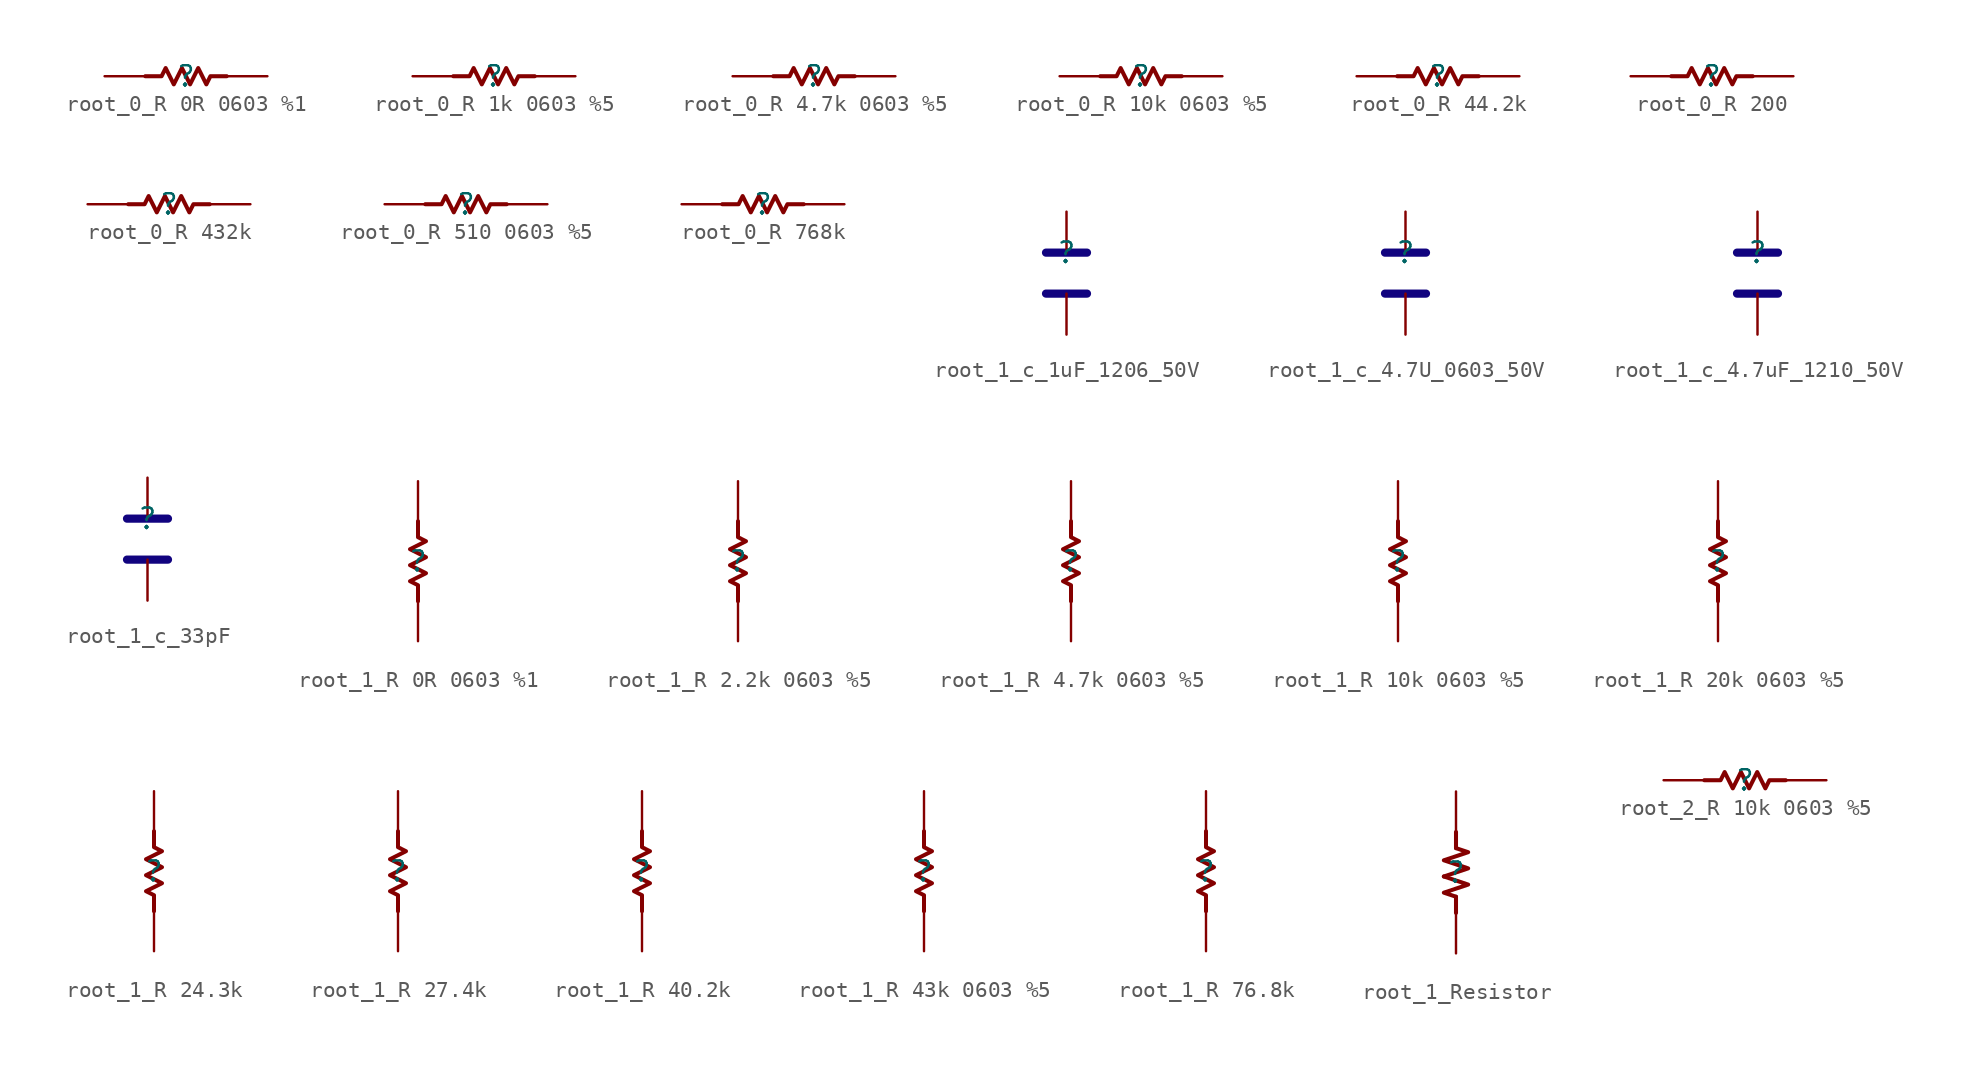
<source format=kicad_sym>
(kicad_symbol_lib
  (version 20231120)
  (generator "kicad_symbol_editor")
  (generator_version "8.0")
  (symbol "root_0_R 0R 0603 %1"
    (property "Reference" ""
      (at 0 0 0)
      (effects (font (size 1.27 1.27))))
    (property "Value" ""
      (at 0 0 0)
      (effects (font (size 1.27 1.27))))
    (symbol "root_0_R 0R 0603 %1_1_0"
      (polyline (pts (xy 2.54 0) (xy 1.524 0) (xy 1.27 -0.508) (xy 0.762 0.508) (xy 0.254 -0.508) (xy -0.254 0.508) (xy -0.762 -0.508) (xy -1.27 0.508) (xy -1.524 0) (xy -2.54 0)) (stroke (width 0.254) (type solid)) (fill (type none)))
      (pin passive line (at -5.08 0 0) (length 2.54) (name "1" (effects (font (size 0 0)))) (number "1" (effects (font (size 0 0)))))
      (pin passive line (at 5.08 0 180) (length 2.54) (name "2" (effects (font (size 0 0)))) (number "2" (effects (font (size 0 0)))))))
  (symbol "root_0_R 1k 0603 %5"
    (property "Reference" ""
      (at 0 0 0)
      (effects (font (size 1.27 1.27))))
    (property "Value" ""
      (at 0 0 0)
      (effects (font (size 1.27 1.27))))
    (symbol "root_0_R 1k 0603 %5_1_0"
      (polyline (pts (xy 2.54 0) (xy 1.524 0) (xy 1.27 -0.508) (xy 0.762 0.508) (xy 0.254 -0.508) (xy -0.254 0.508) (xy -0.762 -0.508) (xy -1.27 0.508) (xy -1.524 0) (xy -2.54 0)) (stroke (width 0.254) (type solid)) (fill (type none)))
      (pin passive line (at -5.08 0 0) (length 2.54) (name "1" (effects (font (size 0 0)))) (number "1" (effects (font (size 0 0)))))
      (pin passive line (at 5.08 0 180) (length 2.54) (name "2" (effects (font (size 0 0)))) (number "2" (effects (font (size 0 0)))))))
  (symbol "root_0_R 4.7k 0603 %5"
    (property "Reference" ""
      (at 0 0 0)
      (effects (font (size 1.27 1.27))))
    (property "Value" ""
      (at 0 0 0)
      (effects (font (size 1.27 1.27))))
    (symbol "root_0_R 4.7k 0603 %5_1_0"
      (polyline (pts (xy 2.54 0) (xy 1.524 0) (xy 1.27 -0.508) (xy 0.762 0.508) (xy 0.254 -0.508) (xy -0.254 0.508) (xy -0.762 -0.508) (xy -1.27 0.508) (xy -1.524 0) (xy -2.54 0)) (stroke (width 0.254) (type solid)) (fill (type none)))
      (pin passive line (at -5.08 0 0) (length 2.54) (name "1" (effects (font (size 0 0)))) (number "1" (effects (font (size 0 0)))))
      (pin passive line (at 5.08 0 180) (length 2.54) (name "2" (effects (font (size 0 0)))) (number "2" (effects (font (size 0 0)))))))
  (symbol "root_0_R 10k 0603 %5"
    (property "Reference" ""
      (at 0 0 0)
      (effects (font (size 1.27 1.27))))
    (property "Value" ""
      (at 0 0 0)
      (effects (font (size 1.27 1.27))))
    (symbol "root_0_R 10k 0603 %5_1_0"
      (polyline (pts (xy 2.54 0) (xy 1.524 0) (xy 1.27 -0.508) (xy 0.762 0.508) (xy 0.254 -0.508) (xy -0.254 0.508) (xy -0.762 -0.508) (xy -1.27 0.508) (xy -1.524 0) (xy -2.54 0)) (stroke (width 0.254) (type solid)) (fill (type none)))
      (pin passive line (at -5.08 0 0) (length 2.54) (name "1" (effects (font (size 0 0)))) (number "1" (effects (font (size 0 0)))))
      (pin passive line (at 5.08 0 180) (length 2.54) (name "2" (effects (font (size 0 0)))) (number "2" (effects (font (size 0 0)))))))
  (symbol "root_0_R 44.2k"
    (property "Reference" ""
      (at 0 0 0)
      (effects (font (size 1.27 1.27))))
    (property "Value" ""
      (at 0 0 0)
      (effects (font (size 1.27 1.27))))
    (symbol "root_0_R 44.2k_1_0"
      (polyline (pts (xy 2.54 0) (xy 1.524 0) (xy 1.27 -0.508) (xy 0.762 0.508) (xy 0.254 -0.508) (xy -0.254 0.508) (xy -0.762 -0.508) (xy -1.27 0.508) (xy -1.524 0) (xy -2.54 0)) (stroke (width 0.254) (type solid)) (fill (type none)))
      (pin passive line (at -5.08 0 0) (length 2.54) (name "1" (effects (font (size 0 0)))) (number "1" (effects (font (size 0 0)))))
      (pin passive line (at 5.08 0 180) (length 2.54) (name "2" (effects (font (size 0 0)))) (number "2" (effects (font (size 0 0)))))))
  (symbol "root_0_R 200"
    (property "Reference" ""
      (at 0 0 0)
      (effects (font (size 1.27 1.27))))
    (property "Value" ""
      (at 0 0 0)
      (effects (font (size 1.27 1.27))))
    (symbol "root_0_R 200_1_0"
      (polyline (pts (xy 2.54 0) (xy 1.524 0) (xy 1.27 -0.508) (xy 0.762 0.508) (xy 0.254 -0.508) (xy -0.254 0.508) (xy -0.762 -0.508) (xy -1.27 0.508) (xy -1.524 0) (xy -2.54 0)) (stroke (width 0.254) (type solid)) (fill (type none)))
      (pin passive line (at -5.08 0 0) (length 2.54) (name "1" (effects (font (size 0 0)))) (number "1" (effects (font (size 0 0)))))
      (pin passive line (at 5.08 0 180) (length 2.54) (name "2" (effects (font (size 0 0)))) (number "2" (effects (font (size 0 0)))))))
  (symbol "root_0_R 432k"
    (property "Reference" ""
      (at 0 0 0)
      (effects (font (size 1.27 1.27))))
    (property "Value" ""
      (at 0 0 0)
      (effects (font (size 1.27 1.27))))
    (symbol "root_0_R 432k_1_0"
      (polyline (pts (xy 2.54 0) (xy 1.524 0) (xy 1.27 -0.508) (xy 0.762 0.508) (xy 0.254 -0.508) (xy -0.254 0.508) (xy -0.762 -0.508) (xy -1.27 0.508) (xy -1.524 0) (xy -2.54 0)) (stroke (width 0.254) (type solid)) (fill (type none)))
      (pin passive line (at -5.08 0 0) (length 2.54) (name "1" (effects (font (size 0 0)))) (number "1" (effects (font (size 0 0)))))
      (pin passive line (at 5.08 0 180) (length 2.54) (name "2" (effects (font (size 0 0)))) (number "2" (effects (font (size 0 0)))))))
  (symbol "root_0_R 510 0603 %5"
    (property "Reference" ""
      (at 0 0 0)
      (effects (font (size 1.27 1.27))))
    (property "Value" ""
      (at 0 0 0)
      (effects (font (size 1.27 1.27))))
    (symbol "root_0_R 510 0603 %5_1_0"
      (polyline (pts (xy 2.54 0) (xy 1.524 0) (xy 1.27 -0.508) (xy 0.762 0.508) (xy 0.254 -0.508) (xy -0.254 0.508) (xy -0.762 -0.508) (xy -1.27 0.508) (xy -1.524 0) (xy -2.54 0)) (stroke (width 0.254) (type solid)) (fill (type none)))
      (pin passive line (at -5.08 0 0) (length 2.54) (name "1" (effects (font (size 0 0)))) (number "1" (effects (font (size 0 0)))))
      (pin passive line (at 5.08 0 180) (length 2.54) (name "2" (effects (font (size 0 0)))) (number "2" (effects (font (size 0 0)))))))
  (symbol "root_0_R 768k"
    (property "Reference" ""
      (at 0 0 0)
      (effects (font (size 1.27 1.27))))
    (property "Value" ""
      (at 0 0 0)
      (effects (font (size 1.27 1.27))))
    (symbol "root_0_R 768k_1_0"
      (polyline (pts (xy 2.54 0) (xy 1.524 0) (xy 1.27 -0.508) (xy 0.762 0.508) (xy 0.254 -0.508) (xy -0.254 0.508) (xy -0.762 -0.508) (xy -1.27 0.508) (xy -1.524 0) (xy -2.54 0)) (stroke (width 0.254) (type solid)) (fill (type none)))
      (pin passive line (at -5.08 0 0) (length 2.54) (name "1" (effects (font (size 0 0)))) (number "1" (effects (font (size 0 0)))))
      (pin passive line (at 5.08 0 180) (length 2.54) (name "2" (effects (font (size 0 0)))) (number "2" (effects (font (size 0 0)))))))
  (symbol "root_1_c_1uF_1206_50V"
    (property "Reference" ""
      (at 0 0 0)
      (effects (font (size 1.27 1.27))))
    (property "Value" ""
      (at 0 0 0)
      (effects (font (size 1.27 1.27))))
    (symbol "root_1_c_1uF_1206_50V_1_0"
      (polyline (pts (xy -1.27 -2.54) (xy 1.27 -2.54)) (stroke (width 0.508) (type solid) (color 17 3 127 1)) (fill (type none)))
      (polyline (pts (xy -1.27 0) (xy 1.27 0)) (stroke (width 0.508) (type solid) (color 17 3 127 1)) (fill (type none)))
      (pin passive line (at 0 -5.08 90) (length 2.54) (name "" (effects (font (size 0 0)))) (number "1" (effects (font (size 0 0)))))
      (pin passive line (at 0 2.54 270) (length 2.54) (name "" (effects (font (size 0 0)))) (number "2" (effects (font (size 0 0)))))))
  (symbol "root_1_c_4.7U_0603_50V"
    (property "Reference" ""
      (at 0 0 0)
      (effects (font (size 1.27 1.27))))
    (property "Value" ""
      (at 0 0 0)
      (effects (font (size 1.27 1.27))))
    (symbol "root_1_c_4.7U_0603_50V_1_0"
      (polyline (pts (xy -1.27 -2.54) (xy 1.27 -2.54)) (stroke (width 0.508) (type solid) (color 17 3 127 1)) (fill (type none)))
      (polyline (pts (xy -1.27 0) (xy 1.27 0)) (stroke (width 0.508) (type solid) (color 17 3 127 1)) (fill (type none)))
      (pin passive line (at 0 -5.08 90) (length 2.54) (name "" (effects (font (size 0 0)))) (number "1" (effects (font (size 0 0)))))
      (pin passive line (at 0 2.54 270) (length 2.54) (name "" (effects (font (size 0 0)))) (number "2" (effects (font (size 0 0)))))))
  (symbol "root_1_c_4.7uF_1210_50V"
    (property "Reference" ""
      (at 0 0 0)
      (effects (font (size 1.27 1.27))))
    (property "Value" ""
      (at 0 0 0)
      (effects (font (size 1.27 1.27))))
    (symbol "root_1_c_4.7uF_1210_50V_1_0"
      (polyline (pts (xy -1.27 -2.54) (xy 1.27 -2.54)) (stroke (width 0.508) (type solid) (color 17 3 127 1)) (fill (type none)))
      (polyline (pts (xy -1.27 0) (xy 1.27 0)) (stroke (width 0.508) (type solid) (color 17 3 127 1)) (fill (type none)))
      (pin passive line (at 0 -5.08 90) (length 2.54) (name "" (effects (font (size 0 0)))) (number "1" (effects (font (size 0 0)))))
      (pin passive line (at 0 2.54 270) (length 2.54) (name "" (effects (font (size 0 0)))) (number "2" (effects (font (size 0 0)))))))
  (symbol "root_1_c_33pF"
    (property "Reference" ""
      (at 0 0 0)
      (effects (font (size 1.27 1.27))))
    (property "Value" ""
      (at 0 0 0)
      (effects (font (size 1.27 1.27))))
    (symbol "root_1_c_33pF_1_0"
      (polyline (pts (xy -1.27 -2.54) (xy 1.27 -2.54)) (stroke (width 0.508) (type solid) (color 17 3 127 1)) (fill (type none)))
      (polyline (pts (xy -1.27 0) (xy 1.27 0)) (stroke (width 0.508) (type solid) (color 17 3 127 1)) (fill (type none)))
      (pin passive line (at 0 -5.08 90) (length 2.54) (name "" (effects (font (size 0 0)))) (number "1" (effects (font (size 0 0)))))
      (pin passive line (at 0 2.54 270) (length 2.54) (name "" (effects (font (size 0 0)))) (number "2" (effects (font (size 0 0)))))))
  (symbol "root_1_R 0R 0603 %1"
    (property "Reference" ""
      (at 0 0 0)
      (effects (font (size 1.27 1.27))))
    (property "Value" ""
      (at 0 0 0)
      (effects (font (size 1.27 1.27))))
    (symbol "root_1_R 0R 0603 %1_1_0"
      (polyline (pts (xy 0 2.54) (xy 0 1.524) (xy 0.508 1.27) (xy -0.508 0.762) (xy 0.508 0.254) (xy -0.508 -0.254) (xy 0.508 -0.762) (xy -0.508 -1.27) (xy 0 -1.524) (xy 0 -2.54)) (stroke (width 0.254) (type solid)) (fill (type none)))
      (pin passive line (at 0 -5.08 90) (length 2.54) (name "1" (effects (font (size 0 0)))) (number "1" (effects (font (size 0 0)))))
      (pin passive line (at 0 5.08 270) (length 2.54) (name "2" (effects (font (size 0 0)))) (number "2" (effects (font (size 0 0)))))))
  (symbol "root_1_R 2.2k 0603 %5"
    (property "Reference" ""
      (at 0 0 0)
      (effects (font (size 1.27 1.27))))
    (property "Value" ""
      (at 0 0 0)
      (effects (font (size 1.27 1.27))))
    (symbol "root_1_R 2.2k 0603 %5_1_0"
      (polyline (pts (xy 0 2.54) (xy 0 1.524) (xy 0.508 1.27) (xy -0.508 0.762) (xy 0.508 0.254) (xy -0.508 -0.254) (xy 0.508 -0.762) (xy -0.508 -1.27) (xy 0 -1.524) (xy 0 -2.54)) (stroke (width 0.254) (type solid)) (fill (type none)))
      (pin passive line (at 0 -5.08 90) (length 2.54) (name "1" (effects (font (size 0 0)))) (number "1" (effects (font (size 0 0)))))
      (pin passive line (at 0 5.08 270) (length 2.54) (name "2" (effects (font (size 0 0)))) (number "2" (effects (font (size 0 0)))))))
  (symbol "root_1_R 4.7k 0603 %5"
    (property "Reference" ""
      (at 0 0 0)
      (effects (font (size 1.27 1.27))))
    (property "Value" ""
      (at 0 0 0)
      (effects (font (size 1.27 1.27))))
    (symbol "root_1_R 4.7k 0603 %5_1_0"
      (polyline (pts (xy 0 2.54) (xy 0 1.524) (xy 0.508 1.27) (xy -0.508 0.762) (xy 0.508 0.254) (xy -0.508 -0.254) (xy 0.508 -0.762) (xy -0.508 -1.27) (xy 0 -1.524) (xy 0 -2.54)) (stroke (width 0.254) (type solid)) (fill (type none)))
      (pin passive line (at 0 -5.08 90) (length 2.54) (name "1" (effects (font (size 0 0)))) (number "1" (effects (font (size 0 0)))))
      (pin passive line (at 0 5.08 270) (length 2.54) (name "2" (effects (font (size 0 0)))) (number "2" (effects (font (size 0 0)))))))
  (symbol "root_1_R 10k 0603 %5"
    (property "Reference" ""
      (at 0 0 0)
      (effects (font (size 1.27 1.27))))
    (property "Value" ""
      (at 0 0 0)
      (effects (font (size 1.27 1.27))))
    (symbol "root_1_R 10k 0603 %5_1_0"
      (polyline (pts (xy 0 2.54) (xy 0 1.524) (xy 0.508 1.27) (xy -0.508 0.762) (xy 0.508 0.254) (xy -0.508 -0.254) (xy 0.508 -0.762) (xy -0.508 -1.27) (xy 0 -1.524) (xy 0 -2.54)) (stroke (width 0.254) (type solid)) (fill (type none)))
      (pin passive line (at 0 -5.08 90) (length 2.54) (name "1" (effects (font (size 0 0)))) (number "1" (effects (font (size 0 0)))))
      (pin passive line (at 0 5.08 270) (length 2.54) (name "2" (effects (font (size 0 0)))) (number "2" (effects (font (size 0 0)))))))
  (symbol "root_1_R 20k 0603 %5"
    (property "Reference" ""
      (at 0 0 0)
      (effects (font (size 1.27 1.27))))
    (property "Value" ""
      (at 0 0 0)
      (effects (font (size 1.27 1.27))))
    (symbol "root_1_R 20k 0603 %5_1_0"
      (polyline (pts (xy 0 2.54) (xy 0 1.524) (xy 0.508 1.27) (xy -0.508 0.762) (xy 0.508 0.254) (xy -0.508 -0.254) (xy 0.508 -0.762) (xy -0.508 -1.27) (xy 0 -1.524) (xy 0 -2.54)) (stroke (width 0.254) (type solid)) (fill (type none)))
      (pin passive line (at 0 -5.08 90) (length 2.54) (name "1" (effects (font (size 0 0)))) (number "1" (effects (font (size 0 0)))))
      (pin passive line (at 0 5.08 270) (length 2.54) (name "2" (effects (font (size 0 0)))) (number "2" (effects (font (size 0 0)))))))
  (symbol "root_1_R 24.3k"
    (property "Reference" ""
      (at 0 0 0)
      (effects (font (size 1.27 1.27))))
    (property "Value" ""
      (at 0 0 0)
      (effects (font (size 1.27 1.27))))
    (symbol "root_1_R 24.3k_1_0"
      (polyline (pts (xy 0 2.54) (xy 0 1.524) (xy 0.508 1.27) (xy -0.508 0.762) (xy 0.508 0.254) (xy -0.508 -0.254) (xy 0.508 -0.762) (xy -0.508 -1.27) (xy 0 -1.524) (xy 0 -2.54)) (stroke (width 0.254) (type solid)) (fill (type none)))
      (pin passive line (at 0 -5.08 90) (length 2.54) (name "1" (effects (font (size 0 0)))) (number "1" (effects (font (size 0 0)))))
      (pin passive line (at 0 5.08 270) (length 2.54) (name "2" (effects (font (size 0 0)))) (number "2" (effects (font (size 0 0)))))))
  (symbol "root_1_R 27.4k"
    (property "Reference" ""
      (at 0 0 0)
      (effects (font (size 1.27 1.27))))
    (property "Value" ""
      (at 0 0 0)
      (effects (font (size 1.27 1.27))))
    (symbol "root_1_R 27.4k_1_0"
      (polyline (pts (xy 0 2.54) (xy 0 1.524) (xy 0.508 1.27) (xy -0.508 0.762) (xy 0.508 0.254) (xy -0.508 -0.254) (xy 0.508 -0.762) (xy -0.508 -1.27) (xy 0 -1.524) (xy 0 -2.54)) (stroke (width 0.254) (type solid)) (fill (type none)))
      (pin passive line (at 0 -5.08 90) (length 2.54) (name "1" (effects (font (size 0 0)))) (number "1" (effects (font (size 0 0)))))
      (pin passive line (at 0 5.08 270) (length 2.54) (name "2" (effects (font (size 0 0)))) (number "2" (effects (font (size 0 0)))))))
  (symbol "root_1_R 40.2k"
    (property "Reference" ""
      (at 0 0 0)
      (effects (font (size 1.27 1.27))))
    (property "Value" ""
      (at 0 0 0)
      (effects (font (size 1.27 1.27))))
    (symbol "root_1_R 40.2k_1_0"
      (polyline (pts (xy 0 2.54) (xy 0 1.524) (xy 0.508 1.27) (xy -0.508 0.762) (xy 0.508 0.254) (xy -0.508 -0.254) (xy 0.508 -0.762) (xy -0.508 -1.27) (xy 0 -1.524) (xy 0 -2.54)) (stroke (width 0.254) (type solid)) (fill (type none)))
      (pin passive line (at 0 -5.08 90) (length 2.54) (name "1" (effects (font (size 0 0)))) (number "1" (effects (font (size 0 0)))))
      (pin passive line (at 0 5.08 270) (length 2.54) (name "2" (effects (font (size 0 0)))) (number "2" (effects (font (size 0 0)))))))
  (symbol "root_1_R 43k 0603 %5"
    (property "Reference" ""
      (at 0 0 0)
      (effects (font (size 1.27 1.27))))
    (property "Value" ""
      (at 0 0 0)
      (effects (font (size 1.27 1.27))))
    (symbol "root_1_R 43k 0603 %5_1_0"
      (polyline (pts (xy 0 2.54) (xy 0 1.524) (xy 0.508 1.27) (xy -0.508 0.762) (xy 0.508 0.254) (xy -0.508 -0.254) (xy 0.508 -0.762) (xy -0.508 -1.27) (xy 0 -1.524) (xy 0 -2.54)) (stroke (width 0.254) (type solid)) (fill (type none)))
      (pin passive line (at 0 -5.08 90) (length 2.54) (name "1" (effects (font (size 0 0)))) (number "1" (effects (font (size 0 0)))))
      (pin passive line (at 0 5.08 270) (length 2.54) (name "2" (effects (font (size 0 0)))) (number "2" (effects (font (size 0 0)))))))
  (symbol "root_1_R 76.8k"
    (property "Reference" ""
      (at 0 0 0)
      (effects (font (size 1.27 1.27))))
    (property "Value" ""
      (at 0 0 0)
      (effects (font (size 1.27 1.27))))
    (symbol "root_1_R 76.8k_1_0"
      (polyline (pts (xy 0 2.54) (xy 0 1.524) (xy 0.508 1.27) (xy -0.508 0.762) (xy 0.508 0.254) (xy -0.508 -0.254) (xy 0.508 -0.762) (xy -0.508 -1.27) (xy 0 -1.524) (xy 0 -2.54)) (stroke (width 0.254) (type solid)) (fill (type none)))
      (pin passive line (at 0 -5.08 90) (length 2.54) (name "1" (effects (font (size 0 0)))) (number "1" (effects (font (size 0 0)))))
      (pin passive line (at 0 5.08 270) (length 2.54) (name "2" (effects (font (size 0 0)))) (number "2" (effects (font (size 0 0)))))))
  (symbol "root_1_Resistor"
    (property "Reference" ""
      (at 0 0 0)
      (effects (font (size 1.27 1.27))))
    (property "Value" ""
      (at 0 0 0)
      (effects (font (size 1.27 1.27))))
    (symbol "root_1_Resistor_1_0"
      (polyline (pts (xy 0 -2.54) (xy 0 -1.524)) (stroke (width 0.254) (type solid)) (fill (type none)))
      (polyline (pts (xy 0 2.54) (xy 0 1.524)) (stroke (width 0.254) (type solid)) (fill (type none)))
      (polyline (pts (xy -0.762 -0.254) (xy 0.762 -0.762) (xy -0.762 -1.27) (xy 0 -1.524)) (stroke (width 0.254) (type solid)) (fill (type none)))
      (polyline (pts (xy -0.762 -0.254) (xy 0.762 0.254) (xy -0.762 0.762) (xy 0.762 1.27) (xy 0 1.524)) (stroke (width 0.254) (type solid)) (fill (type none)))
      (pin passive line (at 0 -5.08 90) (length 2.54) (name "1" (effects (font (size 0 0)))) (number "1" (effects (font (size 0 0)))))
      (pin passive line (at 0 5.08 270) (length 2.54) (name "2" (effects (font (size 0 0)))) (number "2" (effects (font (size 0 0)))))))
  (symbol "root_2_R 10k 0603 %5"
    (property "Reference" ""
      (at 0 0 0)
      (effects (font (size 1.27 1.27))))
    (property "Value" ""
      (at 0 0 0)
      (effects (font (size 1.27 1.27))))
    (symbol "root_2_R 10k 0603 %5_1_0"
      (polyline (pts (xy -2.54 0) (xy -1.524 0) (xy -1.27 0.508) (xy -0.762 -0.508) (xy -0.254 0.508) (xy 0.254 -0.508) (xy 0.762 0.508) (xy 1.27 -0.508) (xy 1.524 0) (xy 2.54 0)) (stroke (width 0.254) (type solid)) (fill (type none)))
      (pin passive line (at 5.08 0 180) (length 2.54) (name "1" (effects (font (size 0 0)))) (number "1" (effects (font (size 0 0)))))
      (pin passive line (at -5.08 0 0) (length 2.54) (name "2" (effects (font (size 0 0)))) (number "2" (effects (font (size 0 0))))))))
</source>
